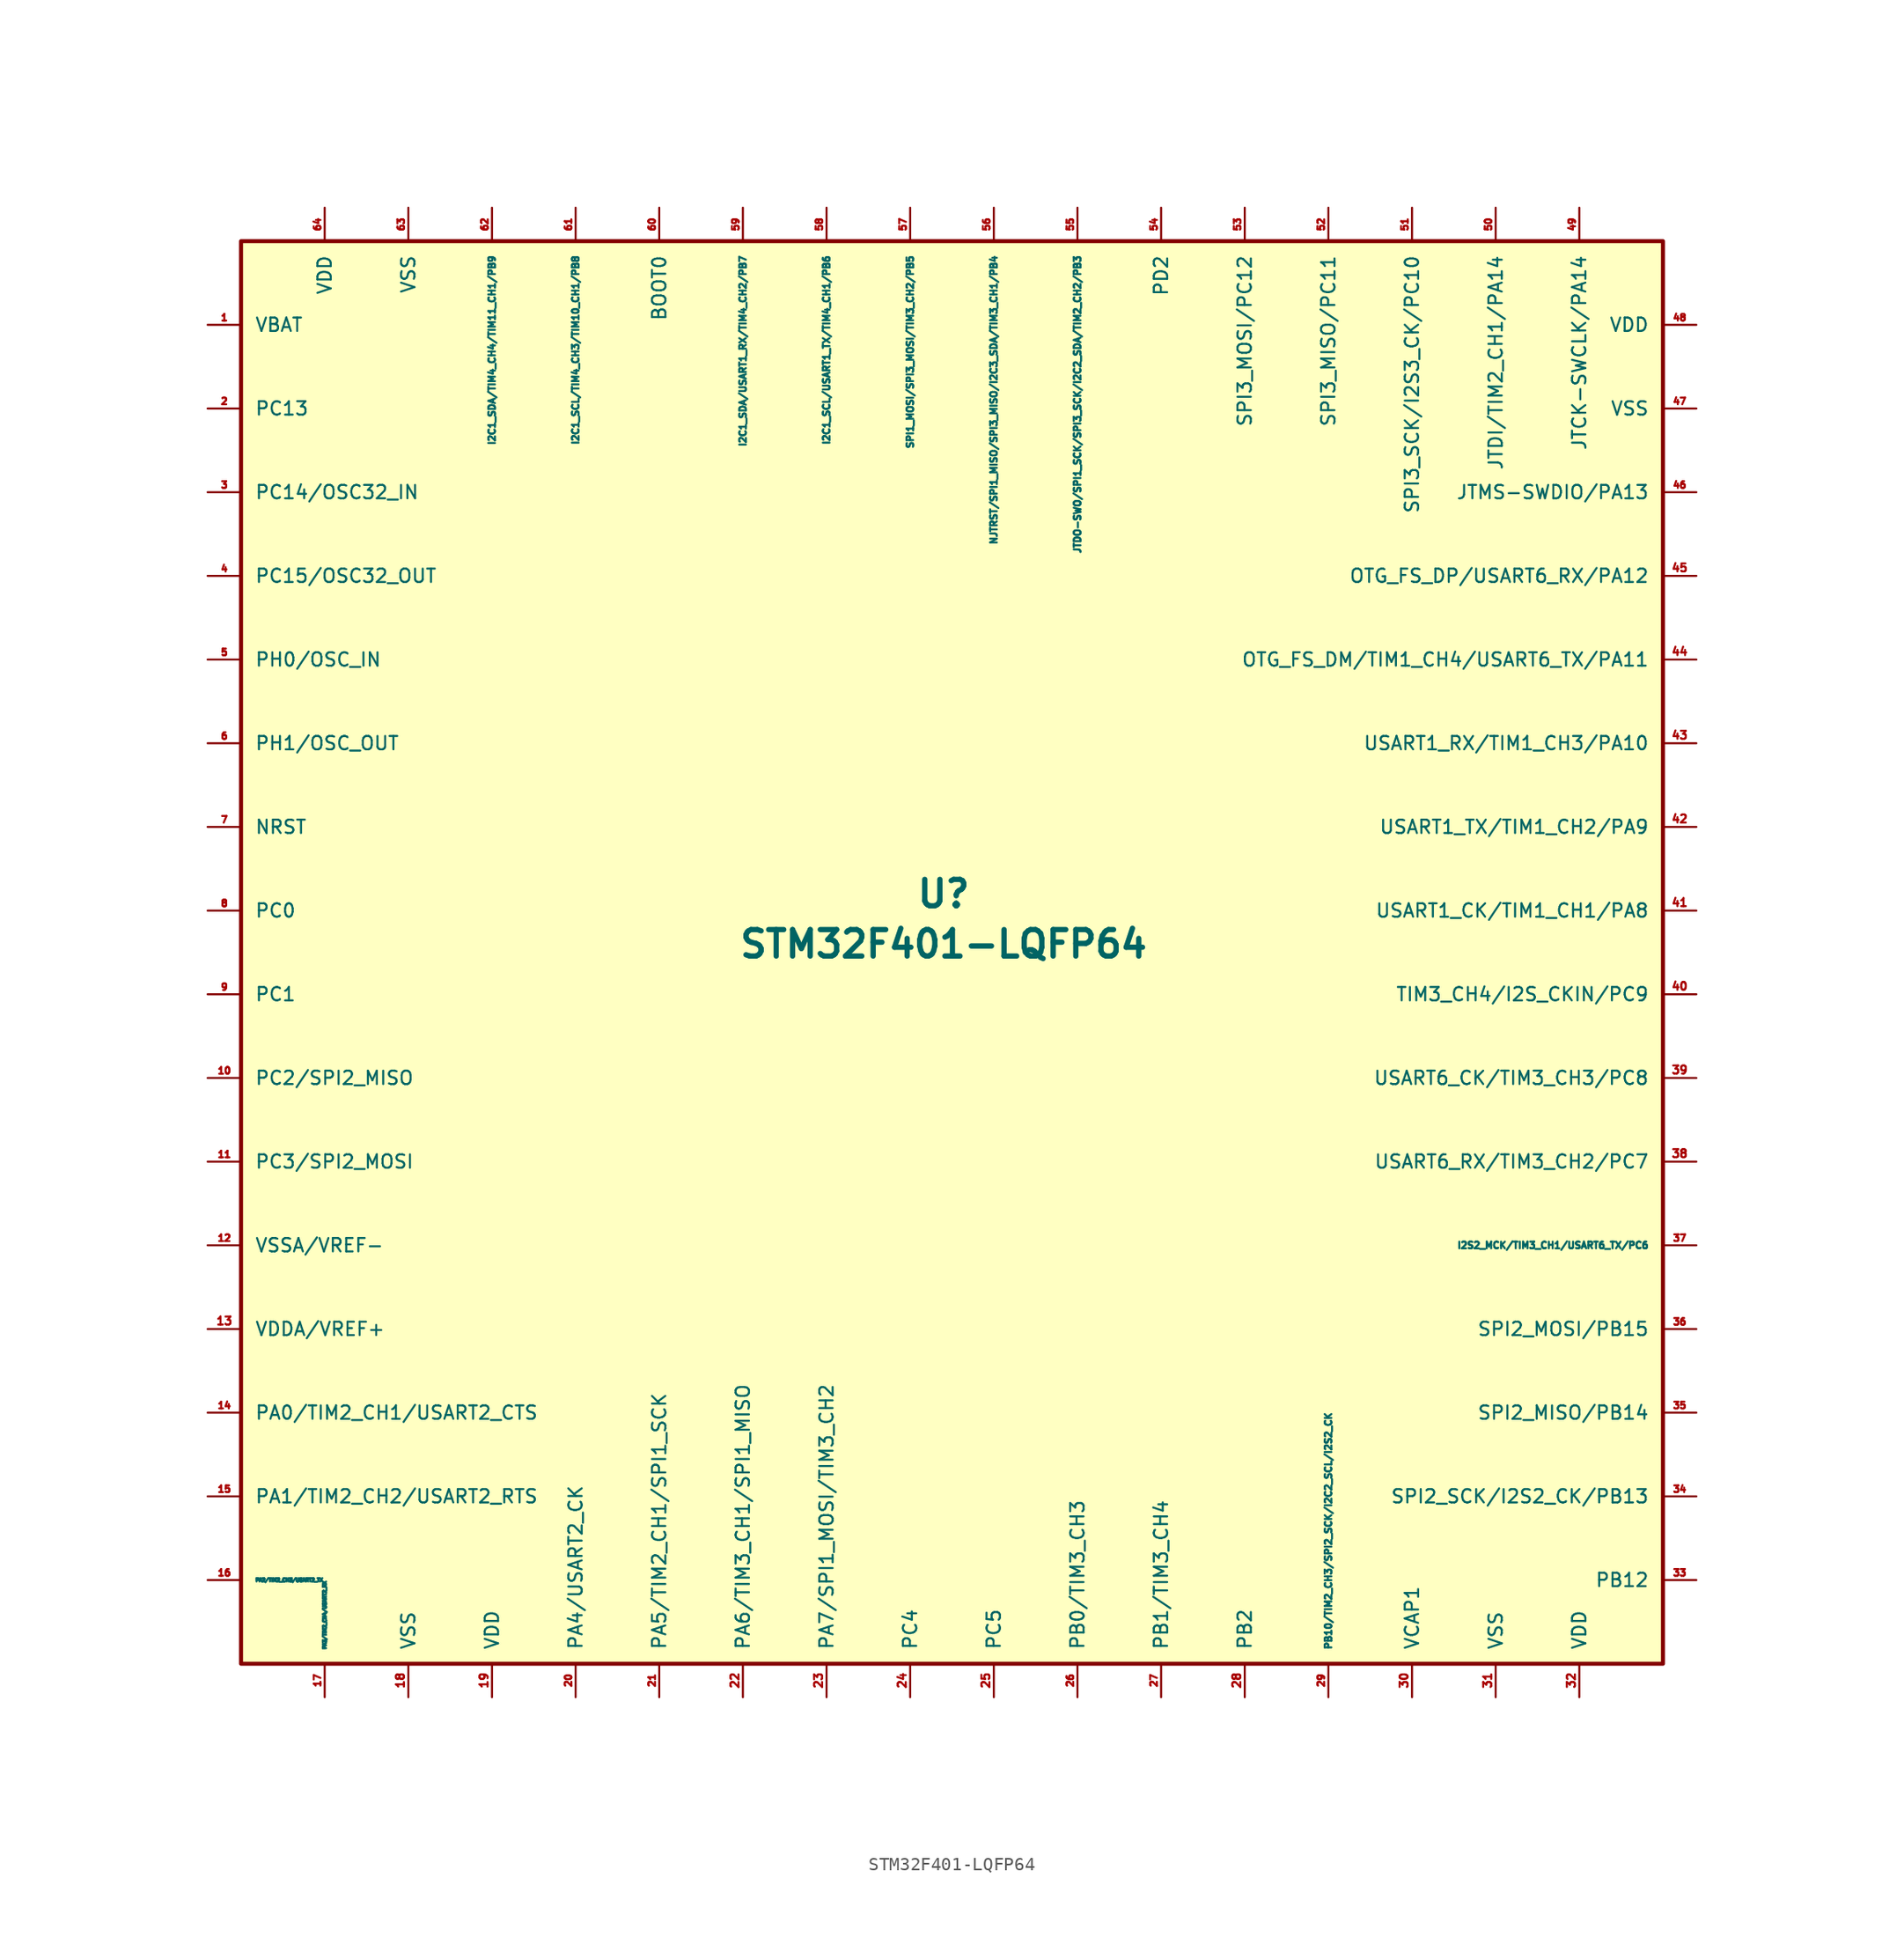
<source format=kicad_sym>
(kicad_symbol_lib
  (version 20211014)
  (generator kicad_symbol_editor)
  (symbol "STM32F401-LQFP64"
    (pin_names
      (offset 1.016))
    (property "Reference" "U"
      (at -0.635 4.445 0)
      (effects (font (size 2.007 2.007) bold)))
    (property "Value" "STM32F401-LQFP64"
      (at -0.635 0.635 0)
      (effects (font (size 2.007 2.007) bold)))
    (symbol "STM32F401-LQFP64_0_1"
      (rectangle (start -53.975 53.975) (end 53.975 -53.975) (stroke (width 0.305) (type default) (color 0 0 0 0)) (fill (type background))))
    (symbol "STM32F401-LQFP64_1_1"
      (pin power_in line (at -56.515 47.625 0) (length 2.54) (name "VBAT" (effects (font (size 1.016 1.016)))) (number "1" (effects (font (size 0.508 0.508)))))
      (pin bidirectional line (at -56.515 -9.525 0) (length 2.54) (name "PC2/SPI2_MISO" (effects (font (size 1.016 1.016)))) (number "10" (effects (font (size 0.508 0.508)))) (alternate "PC2/SPI2_MISO" input line))
      (pin bidirectional line (at -56.515 -15.875 0) (length 2.54) (name "PC3/SPI2_MOSI" (effects (font (size 1.016 1.016)))) (number "11" (effects (font (size 0.508 0.508)))))
      (pin bidirectional line (at -56.515 -22.225 0) (length 2.54) (name "VSSA/VREF-" (effects (font (size 1.016 1.016)))) (number "12" (effects (font (size 0.508 0.508)))))
      (pin bidirectional line (at -56.515 -28.575 0) (length 2.54) (name "VDDA/VREF+" (effects (font (size 1.016 1.016)))) (number "13" (effects (font (size 0.61 0.61)))))
      (pin bidirectional line (at -56.515 -34.925 0) (length 2.54) (name "PA0/TIM2_CH1/USART2_CTS" (effects (font (size 1.016 1.016)))) (number "14" (effects (font (size 0.508 0.508)))))
      (pin bidirectional line (at -56.515 -41.275 0) (length 2.54) (name "PA1/TIM2_CH2/USART2_RTS" (effects (font (size 1.016 1.016)))) (number "15" (effects (font (size 0.508 0.508)))))
      (pin bidirectional line (at -56.515 -47.625 0) (length 2.54) (name "PA2/TIM2_CH3/USART2_TX" (effects (font (size 0.254 0.254)))) (number "16" (effects (font (size 0.508 0.508)))))
      (pin bidirectional line (at -47.625 -56.515 90) (length 2.54) (name "PA3/TIM2_CH4/USART2_RX" (effects (font (size 0.254 0.254)))) (number "17" (effects (font (size 0.508 0.508)))))
      (pin power_out line (at -41.275 -56.515 90) (length 2.54) (name "VSS" (effects (font (size 1.016 1.016)))) (number "18" (effects (font (size 0.61 0.61)))))
      (pin power_in line (at -34.925 -56.515 90) (length 2.54) (name "VDD" (effects (font (size 1.016 1.016)))) (number "19" (effects (font (size 0.61 0.61)))))
      (pin bidirectional line (at -56.515 41.275 0) (length 2.54) (name "PC13" (effects (font (size 1.016 1.016)))) (number "2" (effects (font (size 0.508 0.508)))))
      (pin bidirectional line (at -28.575 -56.515 90) (length 2.54) (name "PA4/USART2_CK" (effects (font (size 1.016 1.016)))) (number "20" (effects (font (size 0.508 0.508)))))
      (pin bidirectional line (at -22.225 -56.515 90) (length 2.54) (name "PA5/TIM2_CH1/SPI1_SCK" (effects (font (size 1.016 1.016)))) (number "21" (effects (font (size 0.508 0.508)))))
      (pin bidirectional line (at -15.875 -56.515 90) (length 2.54) (name "PA6/TIM3_CH1/SPI1_MISO" (effects (font (size 1.016 1.016)))) (number "22" (effects (font (size 0.61 0.61)))))
      (pin power_in line (at -9.525 -56.515 90) (length 2.54) (name "PA7/SPI1_MOSI/TIM3_CH2" (effects (font (size 1.016 1.016)))) (number "23" (effects (font (size 0.61 0.61)))))
      (pin power_in line (at -3.175 -56.515 90) (length 2.54) (name "PC4" (effects (font (size 1.016 1.016)))) (number "24" (effects (font (size 0.61 0.61)))))
      (pin bidirectional line (at 3.175 -56.515 90) (length 2.54) (name "PC5" (effects (font (size 1.016 1.016)))) (number "25" (effects (font (size 0.61 0.61)))))
      (pin bidirectional line (at 9.525 -56.515 90) (length 2.54) (name "PB0/TIM3_CH3" (effects (font (size 1.016 1.016)))) (number "26" (effects (font (size 0.508 0.508)))))
      (pin bidirectional line (at 15.875 -56.515 90) (length 2.54) (name "PB1/TIM3_CH4" (effects (font (size 1.016 1.016)))) (number "27" (effects (font (size 0.508 0.508)))))
      (pin bidirectional line (at 22.225 -56.515 90) (length 2.54) (name "PB2" (effects (font (size 1.016 1.016)))) (number "28" (effects (font (size 0.61 0.61)))))
      (pin bidirectional line (at 28.575 -56.515 90) (length 2.54) (name "PB10/TIM2_CH3/SPI2_SCK/I2C2_SCL/I2S2_CK" (effects (font (size 0.508 0.508)))) (number "29" (effects (font (size 0.508 0.508)))))
      (pin bidirectional line (at -56.515 34.925 0) (length 2.54) (name "PC14/OSC32_IN" (effects (font (size 1.016 1.016)))) (number "3" (effects (font (size 0.508 0.508)))))
      (pin bidirectional line (at 34.925 -56.515 90) (length 2.54) (name "VCAP1" (effects (font (size 1.016 1.016)))) (number "30" (effects (font (size 0.61 0.61)))))
      (pin bidirectional line (at 41.275 -56.515 90) (length 2.54) (name "VSS" (effects (font (size 1.016 1.016)))) (number "31" (effects (font (size 0.61 0.61)))))
      (pin bidirectional line (at 47.625 -56.515 90) (length 2.54) (name "VDD" (effects (font (size 1.016 1.016)))) (number "32" (effects (font (size 0.61 0.61)))))
      (pin bidirectional line (at 56.515 -47.625 180) (length 2.54) (name "PB12" (effects (font (size 1.016 1.016)))) (number "33" (effects (font (size 0.508 0.508)))))
      (pin bidirectional line (at 56.515 -41.275 180) (length 2.54) (name "SPI2_SCK/I2S2_CK/PB13" (effects (font (size 1.016 1.016)))) (number "34" (effects (font (size 0.508 0.508)))))
      (pin power_in line (at 56.515 -34.925 180) (length 2.54) (name "SPI2_MISO/PB14" (effects (font (size 1.016 1.016)))) (number "35" (effects (font (size 0.508 0.508)))))
      (pin power_in line (at 56.515 -28.575 180) (length 2.54) (name "SPI2_MOSI/PB15" (effects (font (size 1.016 1.016)))) (number "36" (effects (font (size 0.508 0.508)))))
      (pin bidirectional line (at 56.515 -22.225 180) (length 2.54) (name "I2S2_MCK/TIM3_CH1/USART6_TX/PC6" (effects (font (size 0.508 0.508)))) (number "37" (effects (font (size 0.508 0.508)))))
      (pin bidirectional line (at 56.515 -15.875 180) (length 2.54) (name "USART6_RX/TIM3_CH2/PC7" (effects (font (size 1.016 1.016)))) (number "38" (effects (font (size 0.61 0.61)))))
      (pin bidirectional line (at 56.515 -9.525 180) (length 2.54) (name "USART6_CK/TIM3_CH3/PC8" (effects (font (size 1.016 1.016)))) (number "39" (effects (font (size 0.61 0.61)))))
      (pin bidirectional line (at -56.515 28.575 0) (length 2.54) (name "PC15/OSC32_OUT" (effects (font (size 1.016 1.016)))) (number "4" (effects (font (size 0.508 0.508)))))
      (pin bidirectional line (at 56.515 -3.175 180) (length 2.54) (name "TIM3_CH4/I2S_CKIN/PC9" (effects (font (size 1.016 1.016)))) (number "40" (effects (font (size 0.61 0.61)))))
      (pin bidirectional line (at 56.515 3.175 180) (length 2.54) (name "USART1_CK/TIM1_CH1/PA8" (effects (font (size 1.016 1.016)))) (number "41" (effects (font (size 0.61 0.61)))))
      (pin bidirectional line (at 56.515 9.525 180) (length 2.54) (name "USART1_TX/TIM1_CH2/PA9" (effects (font (size 1.016 1.016)))) (number "42" (effects (font (size 0.61 0.61)))))
      (pin bidirectional line (at 56.515 15.875 180) (length 2.54) (name "USART1_RX/TIM1_CH3/PA10" (effects (font (size 1.016 1.016)))) (number "43" (effects (font (size 0.61 0.61)))))
      (pin output line (at 56.515 22.225 180) (length 2.54) (name "OTG_FS_DM/TIM1_CH4/USART6_TX/PA11" (effects (font (size 1.016 1.016)))) (number "44" (effects (font (size 0.61 0.61)))))
      (pin bidirectional line (at 56.515 28.575 180) (length 2.54) (name "OTG_FS_DP/USART6_RX/PA12" (effects (font (size 1.016 1.016)))) (number "45" (effects (font (size 0.61 0.61)))))
      (pin input line (at 56.515 34.925 180) (length 2.54) (name "JTMS-SWDIO/PA13" (effects (font (size 1.016 1.016)))) (number "46" (effects (font (size 0.508 0.508)))))
      (pin input line (at 56.515 41.275 180) (length 2.54) (name "VSS" (effects (font (size 1.016 1.016)))) (number "47" (effects (font (size 0.508 0.508)))))
      (pin input line (at 56.515 47.625 180) (length 2.54) (name "VDD" (effects (font (size 1.016 1.016)))) (number "48" (effects (font (size 0.508 0.508)))))
      (pin bidirectional line (at 47.625 56.515 270) (length 2.54) (name "JTCK-SWCLK/PA14" (effects (font (size 1.016 1.016)))) (number "49" (effects (font (size 0.508 0.508)))))
      (pin bidirectional line (at -56.515 22.225 0) (length 2.54) (name "PH0/OSC_IN" (effects (font (size 1.016 1.016)))) (number "5" (effects (font (size 0.508 0.508)))))
      (pin bidirectional line (at 41.275 56.515 270) (length 2.54) (name "JTDI/TIM2_CH1/PA14" (effects (font (size 1.016 1.016)))) (number "50" (effects (font (size 0.508 0.508)))))
      (pin power_in line (at 34.925 56.515 270) (length 2.54) (name "SPI3_SCK/I2S3_CK/PC10" (effects (font (size 1.016 1.016)))) (number "51" (effects (font (size 0.508 0.508)))))
      (pin power_in line (at 28.575 56.515 270) (length 2.54) (name "SPI3_MISO/PC11" (effects (font (size 1.016 1.016)))) (number "52" (effects (font (size 0.508 0.508)))))
      (pin bidirectional line (at 22.225 56.515 270) (length 2.54) (name "SPI3_MOSI/PC12" (effects (font (size 1.016 1.016)))) (number "53" (effects (font (size 0.508 0.508)))))
      (pin bidirectional line (at 15.875 56.515 270) (length 2.54) (name "PD2" (effects (font (size 1.016 1.016)))) (number "54" (effects (font (size 0.508 0.508)))))
      (pin bidirectional line (at 9.525 56.515 270) (length 2.54) (name "JTDO-SWO/SPI1_SCK/SPI3_SCK/I2C2_SDA/TIM2_CH2/PB3" (effects (font (size 0.508 0.508)))) (number "55" (effects (font (size 0.508 0.508)))))
      (pin bidirectional line (at 3.175 56.515 270) (length 2.54) (name "NJTRST/SPI1_MISO/SPI3_MISO/I2C3_SDA/TIM3_CH1/PB4" (effects (font (size 0.508 0.508)))) (number "56" (effects (font (size 0.508 0.508)))))
      (pin bidirectional line (at -3.175 56.515 270) (length 2.54) (name "SPI1_MOSI/SPI3_MOSI/TIM3_CH2/PB5" (effects (font (size 0.508 0.508)))) (number "57" (effects (font (size 0.508 0.508)))))
      (pin bidirectional line (at -9.525 56.515 270) (length 2.54) (name "I2C1_SCL/USART1_TX/TIM4_CH1/PB6" (effects (font (size 0.508 0.508)))) (number "58" (effects (font (size 0.508 0.508)))))
      (pin bidirectional line (at -15.875 56.515 270) (length 2.54) (name "I2C1_SDA/USART1_RX/TIM4_CH2/PB7" (effects (font (size 0.508 0.508)))) (number "59" (effects (font (size 0.508 0.508)))))
      (pin bidirectional line (at -56.515 15.875 0) (length 2.54) (name "PH1/OSC_OUT" (effects (font (size 1.016 1.016)))) (number "6" (effects (font (size 0.508 0.508)))))
      (pin output line (at -22.225 56.515 270) (length 2.54) (name "BOOT0" (effects (font (size 1.016 1.016)))) (number "60" (effects (font (size 0.508 0.508)))))
      (pin bidirectional line (at -28.575 56.515 270) (length 2.54) (name "I2C1_SCL/TIM4_CH3/TIM10_CH1/PB8" (effects (font (size 0.508 0.508)))) (number "61" (effects (font (size 0.508 0.508)))))
      (pin input line (at -34.925 56.515 270) (length 2.54) (name "I2C1_SDA/TIM4_CH4/TIM11_CH1/PB9" (effects (font (size 0.508 0.508)))) (number "62" (effects (font (size 0.508 0.508)))))
      (pin input line (at -41.275 56.515 270) (length 2.54) (name "VSS" (effects (font (size 1.016 1.016)))) (number "63" (effects (font (size 0.508 0.508)))))
      (pin input line (at -47.625 56.515 270) (length 2.54) (name "VDD" (effects (font (size 1.016 1.016)))) (number "64" (effects (font (size 0.508 0.508)))))
      (pin input line (at -56.515 9.525 0) (length 2.54) (name "NRST" (effects (font (size 1.016 1.016)))) (number "7" (effects (font (size 0.508 0.508)))))
      (pin power_in line (at -56.515 3.175 0) (length 2.54) (name "PC0" (effects (font (size 1.016 1.016)))) (number "8" (effects (font (size 0.508 0.508)))))
      (pin power_in line (at -56.515 -3.175 0) (length 2.54) (name "PC1" (effects (font (size 1.016 1.016)))) (number "9" (effects (font (size 0.508 0.508))))))))
</source>
